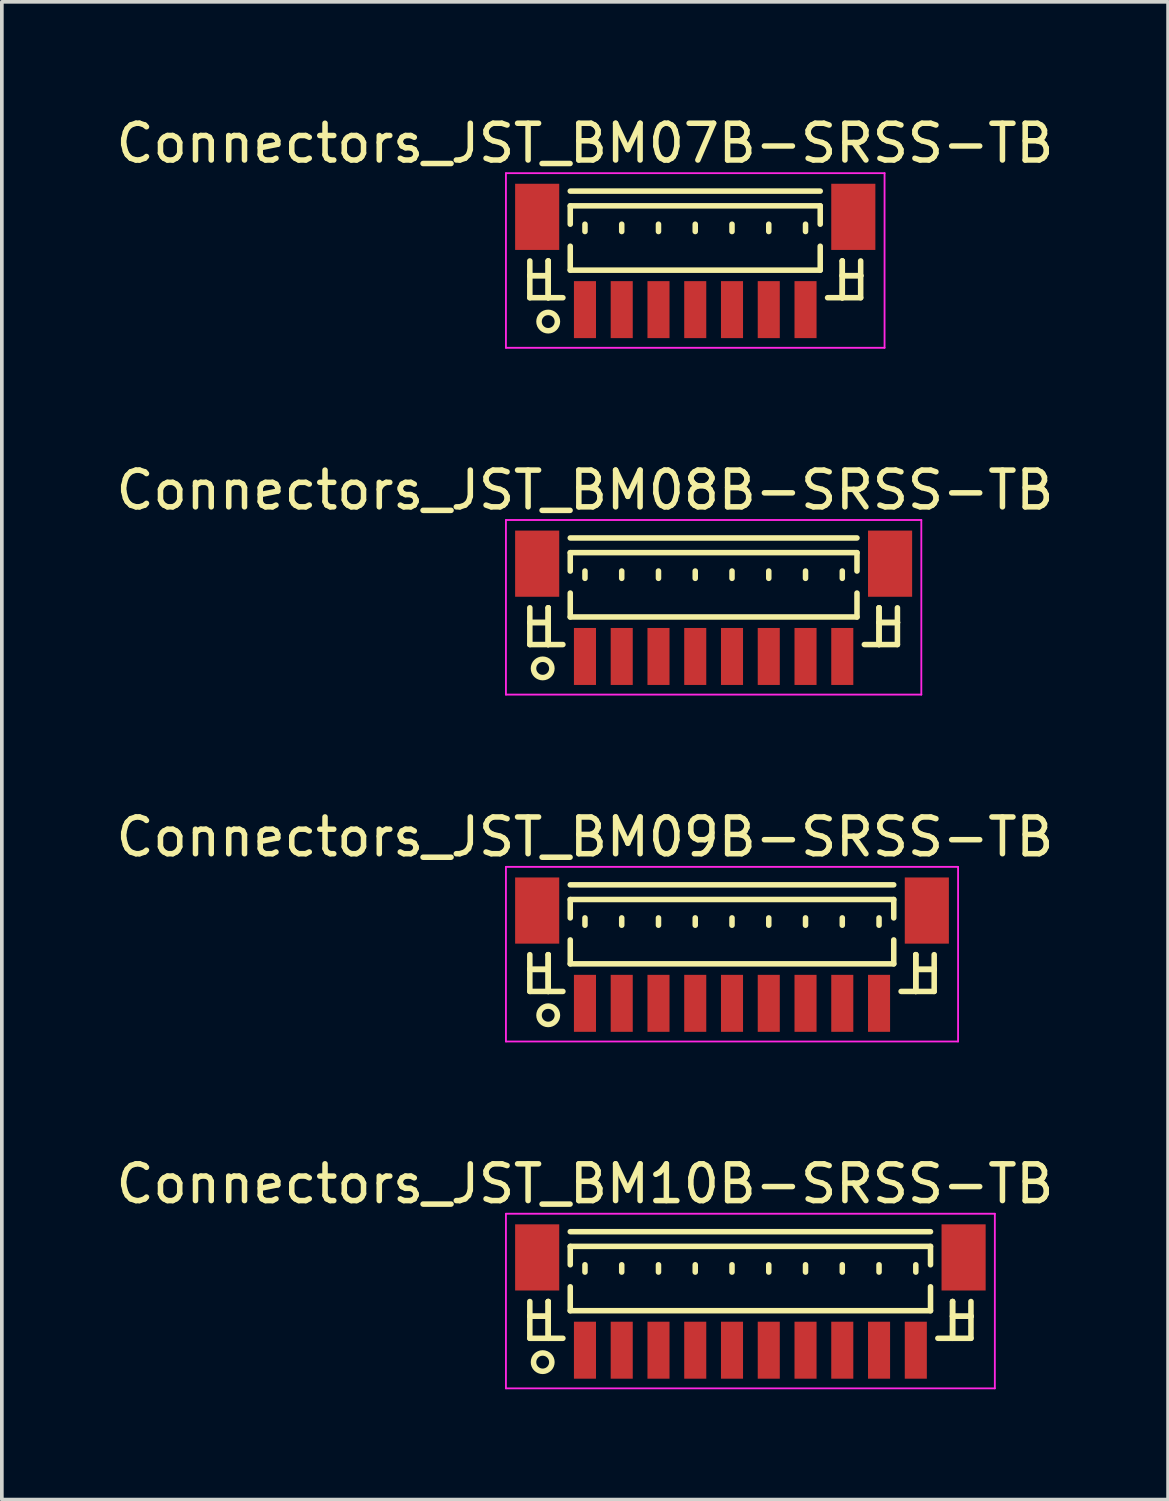
<source format=kicad_pcb>
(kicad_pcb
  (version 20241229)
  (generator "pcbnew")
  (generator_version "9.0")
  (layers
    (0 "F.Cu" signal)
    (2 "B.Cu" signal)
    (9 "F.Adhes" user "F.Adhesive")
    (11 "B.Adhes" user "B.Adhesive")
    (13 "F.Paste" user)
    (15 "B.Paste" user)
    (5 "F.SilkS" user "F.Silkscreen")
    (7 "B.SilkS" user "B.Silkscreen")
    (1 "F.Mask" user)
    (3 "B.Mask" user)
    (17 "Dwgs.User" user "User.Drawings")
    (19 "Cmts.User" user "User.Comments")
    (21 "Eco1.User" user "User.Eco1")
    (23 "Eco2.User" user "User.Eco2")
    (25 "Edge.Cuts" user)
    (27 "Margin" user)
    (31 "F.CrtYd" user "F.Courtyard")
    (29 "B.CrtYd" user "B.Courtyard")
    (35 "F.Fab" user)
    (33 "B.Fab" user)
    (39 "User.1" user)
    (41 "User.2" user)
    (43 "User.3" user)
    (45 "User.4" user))
  (footprint "Connectors_JST_BM07B-SRSS-TB"
    (layer "F.Cu")
    (at 15.863 4.111)
    (property "Reference" "Connectors_JST_BM07B-SRSS-TB" (at -3 -3.263 0) (layer "F.SilkS") (effects (font (size 1 1) (thickness 0.15))))
    (attr smd)
    (fp_line (start -4.5 -0.062) (end -4.5 0.938) (stroke (width 0.15) (type solid)) (layer "F.SilkS"))
    (fp_line (start -4.5 0.338) (end -4.5 0.338) (stroke (width 0.15) (type solid)) (layer "F.SilkS"))
    (fp_line (start -4.5 0.338) (end -4 0.338) (stroke (width 0.15) (type solid)) (layer "F.SilkS"))
    (fp_line (start -4.5 0.938) (end -3.6 0.938) (stroke (width 0.15) (type solid)) (layer "F.SilkS"))
    (fp_line (start -4 -0.062) (end -4 -0.062) (stroke (width 0.15) (type solid)) (layer "F.SilkS"))
    (fp_line (start -4 -0.062) (end -4 0.938) (stroke (width 0.15) (type solid)) (layer "F.SilkS"))
    (fp_line (start -4 0.338) (end -4.5 0.338) (stroke (width 0.15) (type solid)) (layer "F.SilkS"))
    (fp_line (start -4 0.338) (end -4 0.338) (stroke (width 0.15) (type solid)) (layer "F.SilkS"))
    (fp_line (start -4 0.938) (end -4 -0.062) (stroke (width 0.15) (type solid)) (layer "F.SilkS"))
    (fp_line (start -4 0.938) (end -4 0.938) (stroke (width 0.15) (type solid)) (layer "F.SilkS"))
    (fp_line (start -3.4 -1.962) (end 3.4 -1.962) (stroke (width 0.15) (type solid)) (layer "F.SilkS"))
    (fp_line (start -3.4 -1.562) (end 3.4 -1.562) (stroke (width 0.15) (type solid)) (layer "F.SilkS"))
    (fp_line (start -3.4 -1.062) (end -3.4 -1.562) (stroke (width 0.15) (type solid)) (layer "F.SilkS"))
    (fp_line (start -3.4 -0.463) (end -3.4 0.188) (stroke (width 0.15) (type solid)) (layer "F.SilkS"))
    (fp_line (start -3.4 0.188) (end 3.4 0.188) (stroke (width 0.15) (type solid)) (layer "F.SilkS"))
    (fp_line (start -3 -1.062) (end -3 -0.863) (stroke (width 0.15) (type solid)) (layer "F.SilkS"))
    (fp_line (start -2 -1.062) (end -2 -0.863) (stroke (width 0.15) (type solid)) (layer "F.SilkS"))
    (fp_line (start -1 -1.062) (end -1 -0.863) (stroke (width 0.15) (type solid)) (layer "F.SilkS"))
    (fp_line (start 0 -1.062) (end 0 -0.863) (stroke (width 0.15) (type solid)) (layer "F.SilkS"))
    (fp_line (start 1 -1.062) (end 1 -0.863) (stroke (width 0.15) (type solid)) (layer "F.SilkS"))
    (fp_line (start 2 -1.062) (end 2 -0.863) (stroke (width 0.15) (type solid)) (layer "F.SilkS"))
    (fp_line (start 3 -1.062) (end 3 -0.863) (stroke (width 0.15) (type solid)) (layer "F.SilkS"))
    (fp_line (start 3.4 -1.562) (end 3.4 -1.062) (stroke (width 0.15) (type solid)) (layer "F.SilkS"))
    (fp_line (start 3.4 0.188) (end 3.4 -0.463) (stroke (width 0.15) (type solid)) (layer "F.SilkS"))
    (fp_line (start 4 -0.062) (end 4 -0.062) (stroke (width 0.15) (type solid)) (layer "F.SilkS"))
    (fp_line (start 4 -0.062) (end 4 0.938) (stroke (width 0.15) (type solid)) (layer "F.SilkS"))
    (fp_line (start 4 0.338) (end 4 0.338) (stroke (width 0.15) (type solid)) (layer "F.SilkS"))
    (fp_line (start 4 0.338) (end 4.5 0.338) (stroke (width 0.15) (type solid)) (layer "F.SilkS"))
    (fp_line (start 4 0.938) (end 4 -0.062) (stroke (width 0.15) (type solid)) (layer "F.SilkS"))
    (fp_line (start 4 0.938) (end 4 0.938) (stroke (width 0.15) (type solid)) (layer "F.SilkS"))
    (fp_line (start 4.5 -0.062) (end 4.5 0.938) (stroke (width 0.15) (type solid)) (layer "F.SilkS"))
    (fp_line (start 4.5 0.338) (end 4 0.338) (stroke (width 0.15) (type solid)) (layer "F.SilkS"))
    (fp_line (start 4.5 0.338) (end 4.5 0.338) (stroke (width 0.15) (type solid)) (layer "F.SilkS"))
    (fp_line (start 4.5 0.938) (end 3.6 0.938) (stroke (width 0.15) (type solid)) (layer "F.SilkS"))
    (fp_circle (center -4 1.587) (end -3.75 1.587) (stroke (width 0.15) (type solid)) (fill no) (layer "F.SilkS"))
    (fp_line (start -5.15 -2.45) (end 5.15 -2.45) (stroke (width 0.05) (type solid)) (layer "F.CrtYd"))
    (fp_line (start -5.15 2.3) (end -5.15 -2.45) (stroke (width 0.05) (type solid)) (layer "F.CrtYd"))
    (fp_line (start 5.15 -2.45) (end 5.15 2.3) (stroke (width 0.05) (type solid)) (layer "F.CrtYd"))
    (fp_line (start 5.15 2.3) (end -5.15 2.3) (stroke (width 0.05) (type solid)) (layer "F.CrtYd"))
    (pad "" smd rect (at -4.3 -1.262) (size 1.2 1.8) (layers "F.Cu" "F.Mask" "F.Paste"))
    (pad "" smd rect (at 4.3 -1.262) (size 1.2 1.8) (layers "F.Cu" "F.Mask" "F.Paste"))
    (pad "1" smd rect (at -3 1.262) (size 0.6 1.55) (layers "F.Cu" "F.Mask" "F.Paste"))
    (pad "2" smd rect (at -2 1.262) (size 0.6 1.55) (layers "F.Cu" "F.Mask" "F.Paste"))
    (pad "3" smd rect (at -1 1.262) (size 0.6 1.55) (layers "F.Cu" "F.Mask" "F.Paste"))
    (pad "4" smd rect (at 0 1.262) (size 0.6 1.55) (layers "F.Cu" "F.Mask" "F.Paste"))
    (pad "5" smd rect (at 1 1.262) (size 0.6 1.55) (layers "F.Cu" "F.Mask" "F.Paste"))
    (pad "6" smd rect (at 2 1.262) (size 0.6 1.55) (layers "F.Cu" "F.Mask" "F.Paste"))
    (pad "7" smd rect (at 3 1.262) (size 0.6 1.55) (layers "F.Cu" "F.Mask" "F.Paste")))
  (footprint "Connectors_JST_BM09B-SRSS-TB"
    (layer "F.Cu")
    (at 16.863 22.982)
    (property "Reference" "Connectors_JST_BM09B-SRSS-TB" (at -4 -3.263 0) (layer "F.SilkS") (effects (font (size 1 1) (thickness 0.15))))
    (attr smd)
    (fp_line (start -5.5 -0.062) (end -5.5 0.938) (stroke (width 0.15) (type solid)) (layer "F.SilkS"))
    (fp_line (start -5.5 0.338) (end -5.5 0.338) (stroke (width 0.15) (type solid)) (layer "F.SilkS"))
    (fp_line (start -5.5 0.338) (end -5 0.338) (stroke (width 0.15) (type solid)) (layer "F.SilkS"))
    (fp_line (start -5.5 0.938) (end -4.6 0.938) (stroke (width 0.15) (type solid)) (layer "F.SilkS"))
    (fp_line (start -5 -0.062) (end -5 -0.062) (stroke (width 0.15) (type solid)) (layer "F.SilkS"))
    (fp_line (start -5 -0.062) (end -5 0.938) (stroke (width 0.15) (type solid)) (layer "F.SilkS"))
    (fp_line (start -5 0.338) (end -5.5 0.338) (stroke (width 0.15) (type solid)) (layer "F.SilkS"))
    (fp_line (start -5 0.338) (end -5 0.338) (stroke (width 0.15) (type solid)) (layer "F.SilkS"))
    (fp_line (start -5 0.938) (end -5 -0.062) (stroke (width 0.15) (type solid)) (layer "F.SilkS"))
    (fp_line (start -5 0.938) (end -5 0.938) (stroke (width 0.15) (type solid)) (layer "F.SilkS"))
    (fp_line (start -4.4 -1.962) (end 4.4 -1.962) (stroke (width 0.15) (type solid)) (layer "F.SilkS"))
    (fp_line (start -4.4 -1.562) (end 4.4 -1.562) (stroke (width 0.15) (type solid)) (layer "F.SilkS"))
    (fp_line (start -4.4 -1.062) (end -4.4 -1.562) (stroke (width 0.15) (type solid)) (layer "F.SilkS"))
    (fp_line (start -4.4 -0.463) (end -4.4 0.188) (stroke (width 0.15) (type solid)) (layer "F.SilkS"))
    (fp_line (start -4.4 0.188) (end 4.4 0.188) (stroke (width 0.15) (type solid)) (layer "F.SilkS"))
    (fp_line (start -4 -1.062) (end -4 -0.863) (stroke (width 0.15) (type solid)) (layer "F.SilkS"))
    (fp_line (start -3 -1.062) (end -3 -0.863) (stroke (width 0.15) (type solid)) (layer "F.SilkS"))
    (fp_line (start -2 -1.062) (end -2 -0.863) (stroke (width 0.15) (type solid)) (layer "F.SilkS"))
    (fp_line (start -1 -1.062) (end -1 -0.863) (stroke (width 0.15) (type solid)) (layer "F.SilkS"))
    (fp_line (start 0 -1.062) (end 0 -0.863) (stroke (width 0.15) (type solid)) (layer "F.SilkS"))
    (fp_line (start 1 -1.062) (end 1 -0.863) (stroke (width 0.15) (type solid)) (layer "F.SilkS"))
    (fp_line (start 2 -1.062) (end 2 -0.863) (stroke (width 0.15) (type solid)) (layer "F.SilkS"))
    (fp_line (start 3 -1.062) (end 3 -0.863) (stroke (width 0.15) (type solid)) (layer "F.SilkS"))
    (fp_line (start 4 -1.062) (end 4 -0.863) (stroke (width 0.15) (type solid)) (layer "F.SilkS"))
    (fp_line (start 4.4 -1.562) (end 4.4 -1.062) (stroke (width 0.15) (type solid)) (layer "F.SilkS"))
    (fp_line (start 4.4 0.188) (end 4.4 -0.463) (stroke (width 0.15) (type solid)) (layer "F.SilkS"))
    (fp_line (start 5 -0.062) (end 5 -0.062) (stroke (width 0.15) (type solid)) (layer "F.SilkS"))
    (fp_line (start 5 -0.062) (end 5 0.938) (stroke (width 0.15) (type solid)) (layer "F.SilkS"))
    (fp_line (start 5 0.338) (end 5 0.338) (stroke (width 0.15) (type solid)) (layer "F.SilkS"))
    (fp_line (start 5 0.338) (end 5.5 0.338) (stroke (width 0.15) (type solid)) (layer "F.SilkS"))
    (fp_line (start 5 0.938) (end 5 -0.062) (stroke (width 0.15) (type solid)) (layer "F.SilkS"))
    (fp_line (start 5 0.938) (end 5 0.938) (stroke (width 0.15) (type solid)) (layer "F.SilkS"))
    (fp_line (start 5.5 -0.062) (end 5.5 0.938) (stroke (width 0.15) (type solid)) (layer "F.SilkS"))
    (fp_line (start 5.5 0.338) (end 5 0.338) (stroke (width 0.15) (type solid)) (layer "F.SilkS"))
    (fp_line (start 5.5 0.338) (end 5.5 0.338) (stroke (width 0.15) (type solid)) (layer "F.SilkS"))
    (fp_line (start 5.5 0.938) (end 4.6 0.938) (stroke (width 0.15) (type solid)) (layer "F.SilkS"))
    (fp_circle (center -5 1.587) (end -4.75 1.587) (stroke (width 0.15) (type solid)) (fill no) (layer "F.SilkS"))
    (fp_line (start -6.15 -2.45) (end 6.15 -2.45) (stroke (width 0.05) (type solid)) (layer "F.CrtYd"))
    (fp_line (start -6.15 2.3) (end -6.15 -2.45) (stroke (width 0.05) (type solid)) (layer "F.CrtYd"))
    (fp_line (start 6.15 -2.45) (end 6.15 2.3) (stroke (width 0.05) (type solid)) (layer "F.CrtYd"))
    (fp_line (start 6.15 2.3) (end -6.15 2.3) (stroke (width 0.05) (type solid)) (layer "F.CrtYd"))
    (pad "" smd rect (at -5.3 -1.262) (size 1.2 1.8) (layers "F.Cu" "F.Mask" "F.Paste"))
    (pad "" smd rect (at 5.3 -1.262) (size 1.2 1.8) (layers "F.Cu" "F.Mask" "F.Paste"))
    (pad "1" smd rect (at -4 1.262) (size 0.6 1.55) (layers "F.Cu" "F.Mask" "F.Paste"))
    (pad "2" smd rect (at -3 1.262) (size 0.6 1.55) (layers "F.Cu" "F.Mask" "F.Paste"))
    (pad "3" smd rect (at -2 1.262) (size 0.6 1.55) (layers "F.Cu" "F.Mask" "F.Paste"))
    (pad "4" smd rect (at -1 1.262) (size 0.6 1.55) (layers "F.Cu" "F.Mask" "F.Paste"))
    (pad "5" smd rect (at 0 1.262) (size 0.6 1.55) (layers "F.Cu" "F.Mask" "F.Paste"))
    (pad "6" smd rect (at 1 1.262) (size 0.6 1.55) (layers "F.Cu" "F.Mask" "F.Paste"))
    (pad "7" smd rect (at 2 1.262) (size 0.6 1.55) (layers "F.Cu" "F.Mask" "F.Paste"))
    (pad "8" smd rect (at 3 1.262) (size 0.6 1.55) (layers "F.Cu" "F.Mask" "F.Paste"))
    (pad "9" smd rect (at 4 1.262) (size 0.6 1.55) (layers "F.Cu" "F.Mask" "F.Paste")))
  (footprint "Connectors_JST_BM08B-SRSS-TB"
    (layer "F.Cu")
    (at 16.363 13.546)
    (property "Reference" "Connectors_JST_BM08B-SRSS-TB" (at -3.5 -3.263 0) (layer "F.SilkS") (effects (font (size 1 1) (thickness 0.15))))
    (attr smd)
    (fp_line (start -5 -0.062) (end -5 0.938) (stroke (width 0.15) (type solid)) (layer "F.SilkS"))
    (fp_line (start -5 0.338) (end -5 0.338) (stroke (width 0.15) (type solid)) (layer "F.SilkS"))
    (fp_line (start -5 0.338) (end -4.5 0.338) (stroke (width 0.15) (type solid)) (layer "F.SilkS"))
    (fp_line (start -5 0.938) (end -4.1 0.938) (stroke (width 0.15) (type solid)) (layer "F.SilkS"))
    (fp_line (start -4.5 -0.062) (end -4.5 -0.062) (stroke (width 0.15) (type solid)) (layer "F.SilkS"))
    (fp_line (start -4.5 -0.062) (end -4.5 0.938) (stroke (width 0.15) (type solid)) (layer "F.SilkS"))
    (fp_line (start -4.5 0.338) (end -5 0.338) (stroke (width 0.15) (type solid)) (layer "F.SilkS"))
    (fp_line (start -4.5 0.338) (end -4.5 0.338) (stroke (width 0.15) (type solid)) (layer "F.SilkS"))
    (fp_line (start -4.5 0.938) (end -4.5 -0.062) (stroke (width 0.15) (type solid)) (layer "F.SilkS"))
    (fp_line (start -4.5 0.938) (end -4.5 0.938) (stroke (width 0.15) (type solid)) (layer "F.SilkS"))
    (fp_line (start -3.9 -1.962) (end 3.9 -1.962) (stroke (width 0.15) (type solid)) (layer "F.SilkS"))
    (fp_line (start -3.9 -1.562) (end 3.9 -1.562) (stroke (width 0.15) (type solid)) (layer "F.SilkS"))
    (fp_line (start -3.9 -1.062) (end -3.9 -1.562) (stroke (width 0.15) (type solid)) (layer "F.SilkS"))
    (fp_line (start -3.9 -0.463) (end -3.9 0.188) (stroke (width 0.15) (type solid)) (layer "F.SilkS"))
    (fp_line (start -3.9 0.188) (end 3.9 0.188) (stroke (width 0.15) (type solid)) (layer "F.SilkS"))
    (fp_line (start -3.5 -1.062) (end -3.5 -0.863) (stroke (width 0.15) (type solid)) (layer "F.SilkS"))
    (fp_line (start -2.5 -1.062) (end -2.5 -0.863) (stroke (width 0.15) (type solid)) (layer "F.SilkS"))
    (fp_line (start -1.5 -1.062) (end -1.5 -0.863) (stroke (width 0.15) (type solid)) (layer "F.SilkS"))
    (fp_line (start -0.5 -1.062) (end -0.5 -0.863) (stroke (width 0.15) (type solid)) (layer "F.SilkS"))
    (fp_line (start 0.5 -1.062) (end 0.5 -0.863) (stroke (width 0.15) (type solid)) (layer "F.SilkS"))
    (fp_line (start 1.5 -1.062) (end 1.5 -0.863) (stroke (width 0.15) (type solid)) (layer "F.SilkS"))
    (fp_line (start 2.5 -1.062) (end 2.5 -0.863) (stroke (width 0.15) (type solid)) (layer "F.SilkS"))
    (fp_line (start 3.5 -1.062) (end 3.5 -0.863) (stroke (width 0.15) (type solid)) (layer "F.SilkS"))
    (fp_line (start 3.9 -1.562) (end 3.9 -1.062) (stroke (width 0.15) (type solid)) (layer "F.SilkS"))
    (fp_line (start 3.9 0.188) (end 3.9 -0.463) (stroke (width 0.15) (type solid)) (layer "F.SilkS"))
    (fp_line (start 4.5 -0.062) (end 4.5 -0.062) (stroke (width 0.15) (type solid)) (layer "F.SilkS"))
    (fp_line (start 4.5 -0.062) (end 4.5 0.938) (stroke (width 0.15) (type solid)) (layer "F.SilkS"))
    (fp_line (start 4.5 0.338) (end 4.5 0.338) (stroke (width 0.15) (type solid)) (layer "F.SilkS"))
    (fp_line (start 4.5 0.338) (end 5 0.338) (stroke (width 0.15) (type solid)) (layer "F.SilkS"))
    (fp_line (start 4.5 0.938) (end 4.5 -0.062) (stroke (width 0.15) (type solid)) (layer "F.SilkS"))
    (fp_line (start 4.5 0.938) (end 4.5 0.938) (stroke (width 0.15) (type solid)) (layer "F.SilkS"))
    (fp_line (start 5 -0.062) (end 5 0.938) (stroke (width 0.15) (type solid)) (layer "F.SilkS"))
    (fp_line (start 5 0.338) (end 4.5 0.338) (stroke (width 0.15) (type solid)) (layer "F.SilkS"))
    (fp_line (start 5 0.338) (end 5 0.338) (stroke (width 0.15) (type solid)) (layer "F.SilkS"))
    (fp_line (start 5 0.938) (end 4.1 0.938) (stroke (width 0.15) (type solid)) (layer "F.SilkS"))
    (fp_circle (center -4.65 1.587) (end -4.4 1.587) (stroke (width 0.15) (type solid)) (fill no) (layer "F.SilkS"))
    (fp_line (start -5.65 -2.45) (end 5.65 -2.45) (stroke (width 0.05) (type solid)) (layer "F.CrtYd"))
    (fp_line (start -5.65 2.3) (end -5.65 -2.45) (stroke (width 0.05) (type solid)) (layer "F.CrtYd"))
    (fp_line (start 5.65 -2.45) (end 5.65 2.3) (stroke (width 0.05) (type solid)) (layer "F.CrtYd"))
    (fp_line (start 5.65 2.3) (end -5.65 2.3) (stroke (width 0.05) (type solid)) (layer "F.CrtYd"))
    (pad "" smd rect (at -4.8 -1.262) (size 1.2 1.8) (layers "F.Cu" "F.Mask" "F.Paste"))
    (pad "" smd rect (at 4.8 -1.262) (size 1.2 1.8) (layers "F.Cu" "F.Mask" "F.Paste"))
    (pad "1" smd rect (at -3.5 1.262) (size 0.6 1.55) (layers "F.Cu" "F.Mask" "F.Paste"))
    (pad "2" smd rect (at -2.5 1.262) (size 0.6 1.55) (layers "F.Cu" "F.Mask" "F.Paste"))
    (pad "3" smd rect (at -1.5 1.262) (size 0.6 1.55) (layers "F.Cu" "F.Mask" "F.Paste"))
    (pad "4" smd rect (at -0.5 1.262) (size 0.6 1.55) (layers "F.Cu" "F.Mask" "F.Paste"))
    (pad "5" smd rect (at 0.5 1.262) (size 0.6 1.55) (layers "F.Cu" "F.Mask" "F.Paste"))
    (pad "6" smd rect (at 1.5 1.262) (size 0.6 1.55) (layers "F.Cu" "F.Mask" "F.Paste"))
    (pad "7" smd rect (at 2.5 1.262) (size 0.6 1.55) (layers "F.Cu" "F.Mask" "F.Paste"))
    (pad "8" smd rect (at 3.5 1.262) (size 0.6 1.55) (layers "F.Cu" "F.Mask" "F.Paste")))
  (footprint "Connectors_JST_BM10B-SRSS-TB"
    (layer "F.Cu")
    (at 17.363 32.418)
    (property "Reference" "Connectors_JST_BM10B-SRSS-TB" (at -4.5 -3.263 0) (layer "F.SilkS") (effects (font (size 1 1) (thickness 0.15))))
    (attr smd)
    (fp_line (start -6 -0.062) (end -6 0.938) (stroke (width 0.15) (type solid)) (layer "F.SilkS"))
    (fp_line (start -6 0.338) (end -6 0.338) (stroke (width 0.15) (type solid)) (layer "F.SilkS"))
    (fp_line (start -6 0.338) (end -5.5 0.338) (stroke (width 0.15) (type solid)) (layer "F.SilkS"))
    (fp_line (start -6 0.938) (end -5.1 0.938) (stroke (width 0.15) (type solid)) (layer "F.SilkS"))
    (fp_line (start -5.5 -0.062) (end -5.5 -0.062) (stroke (width 0.15) (type solid)) (layer "F.SilkS"))
    (fp_line (start -5.5 -0.062) (end -5.5 0.938) (stroke (width 0.15) (type solid)) (layer "F.SilkS"))
    (fp_line (start -5.5 0.338) (end -6 0.338) (stroke (width 0.15) (type solid)) (layer "F.SilkS"))
    (fp_line (start -5.5 0.338) (end -5.5 0.338) (stroke (width 0.15) (type solid)) (layer "F.SilkS"))
    (fp_line (start -5.5 0.938) (end -5.5 -0.062) (stroke (width 0.15) (type solid)) (layer "F.SilkS"))
    (fp_line (start -5.5 0.938) (end -5.5 0.938) (stroke (width 0.15) (type solid)) (layer "F.SilkS"))
    (fp_line (start -4.9 -1.962) (end 4.9 -1.962) (stroke (width 0.15) (type solid)) (layer "F.SilkS"))
    (fp_line (start -4.9 -1.562) (end 4.9 -1.562) (stroke (width 0.15) (type solid)) (layer "F.SilkS"))
    (fp_line (start -4.9 -1.062) (end -4.9 -1.562) (stroke (width 0.15) (type solid)) (layer "F.SilkS"))
    (fp_line (start -4.9 -0.463) (end -4.9 0.188) (stroke (width 0.15) (type solid)) (layer "F.SilkS"))
    (fp_line (start -4.9 0.188) (end 4.9 0.188) (stroke (width 0.15) (type solid)) (layer "F.SilkS"))
    (fp_line (start -4.5 -1.062) (end -4.5 -0.863) (stroke (width 0.15) (type solid)) (layer "F.SilkS"))
    (fp_line (start -3.5 -1.062) (end -3.5 -0.863) (stroke (width 0.15) (type solid)) (layer "F.SilkS"))
    (fp_line (start -2.5 -1.062) (end -2.5 -0.863) (stroke (width 0.15) (type solid)) (layer "F.SilkS"))
    (fp_line (start -1.5 -1.062) (end -1.5 -0.863) (stroke (width 0.15) (type solid)) (layer "F.SilkS"))
    (fp_line (start -0.5 -1.062) (end -0.5 -0.863) (stroke (width 0.15) (type solid)) (layer "F.SilkS"))
    (fp_line (start 0.5 -1.062) (end 0.5 -0.863) (stroke (width 0.15) (type solid)) (layer "F.SilkS"))
    (fp_line (start 1.5 -1.062) (end 1.5 -0.863) (stroke (width 0.15) (type solid)) (layer "F.SilkS"))
    (fp_line (start 2.5 -1.062) (end 2.5 -0.863) (stroke (width 0.15) (type solid)) (layer "F.SilkS"))
    (fp_line (start 3.5 -1.062) (end 3.5 -0.863) (stroke (width 0.15) (type solid)) (layer "F.SilkS"))
    (fp_line (start 4.5 -1.062) (end 4.5 -0.863) (stroke (width 0.15) (type solid)) (layer "F.SilkS"))
    (fp_line (start 4.9 -1.562) (end 4.9 -1.062) (stroke (width 0.15) (type solid)) (layer "F.SilkS"))
    (fp_line (start 4.9 0.188) (end 4.9 -0.463) (stroke (width 0.15) (type solid)) (layer "F.SilkS"))
    (fp_line (start 5.5 -0.062) (end 5.5 -0.062) (stroke (width 0.15) (type solid)) (layer "F.SilkS"))
    (fp_line (start 5.5 -0.062) (end 5.5 0.938) (stroke (width 0.15) (type solid)) (layer "F.SilkS"))
    (fp_line (start 5.5 0.338) (end 5.5 0.338) (stroke (width 0.15) (type solid)) (layer "F.SilkS"))
    (fp_line (start 5.5 0.338) (end 6 0.338) (stroke (width 0.15) (type solid)) (layer "F.SilkS"))
    (fp_line (start 5.5 0.938) (end 5.5 -0.062) (stroke (width 0.15) (type solid)) (layer "F.SilkS"))
    (fp_line (start 5.5 0.938) (end 5.5 0.938) (stroke (width 0.15) (type solid)) (layer "F.SilkS"))
    (fp_line (start 6 -0.062) (end 6 0.938) (stroke (width 0.15) (type solid)) (layer "F.SilkS"))
    (fp_line (start 6 0.338) (end 5.5 0.338) (stroke (width 0.15) (type solid)) (layer "F.SilkS"))
    (fp_line (start 6 0.338) (end 6 0.338) (stroke (width 0.15) (type solid)) (layer "F.SilkS"))
    (fp_line (start 6 0.938) (end 5.1 0.938) (stroke (width 0.15) (type solid)) (layer "F.SilkS"))
    (fp_circle (center -5.65 1.587) (end -5.4 1.587) (stroke (width 0.15) (type solid)) (fill no) (layer "F.SilkS"))
    (fp_line (start -6.65 -2.45) (end 6.65 -2.45) (stroke (width 0.05) (type solid)) (layer "F.CrtYd"))
    (fp_line (start -6.65 2.3) (end -6.65 -2.45) (stroke (width 0.05) (type solid)) (layer "F.CrtYd"))
    (fp_line (start 6.65 -2.45) (end 6.65 2.3) (stroke (width 0.05) (type solid)) (layer "F.CrtYd"))
    (fp_line (start 6.65 2.3) (end -6.65 2.3) (stroke (width 0.05) (type solid)) (layer "F.CrtYd"))
    (pad "" smd rect (at -5.8 -1.262) (size 1.2 1.8) (layers "F.Cu" "F.Mask" "F.Paste"))
    (pad "" smd rect (at 5.8 -1.262) (size 1.2 1.8) (layers "F.Cu" "F.Mask" "F.Paste"))
    (pad "1" smd rect (at -4.5 1.262) (size 0.6 1.55) (layers "F.Cu" "F.Mask" "F.Paste"))
    (pad "2" smd rect (at -3.5 1.262) (size 0.6 1.55) (layers "F.Cu" "F.Mask" "F.Paste"))
    (pad "3" smd rect (at -2.5 1.262) (size 0.6 1.55) (layers "F.Cu" "F.Mask" "F.Paste"))
    (pad "4" smd rect (at -1.5 1.262) (size 0.6 1.55) (layers "F.Cu" "F.Mask" "F.Paste"))
    (pad "5" smd rect (at -0.5 1.262) (size 0.6 1.55) (layers "F.Cu" "F.Mask" "F.Paste"))
    (pad "6" smd rect (at 0.5 1.262) (size 0.6 1.55) (layers "F.Cu" "F.Mask" "F.Paste"))
    (pad "7" smd rect (at 1.5 1.262) (size 0.6 1.55) (layers "F.Cu" "F.Mask" "F.Paste"))
    (pad "8" smd rect (at 2.5 1.262) (size 0.6 1.55) (layers "F.Cu" "F.Mask" "F.Paste"))
    (pad "9" smd rect (at 3.5 1.262) (size 0.6 1.55) (layers "F.Cu" "F.Mask" "F.Paste"))
    (pad "10" smd rect (at 4.5 1.262) (size 0.6 1.55) (layers "F.Cu" "F.Mask" "F.Paste")))
  (gr_rect
    (start -3 -3)
    (end 28.726 37.743)
    (stroke (width 0.1) (type default))
    (fill no)
    (layer "Edge.Cuts")))
</source>
